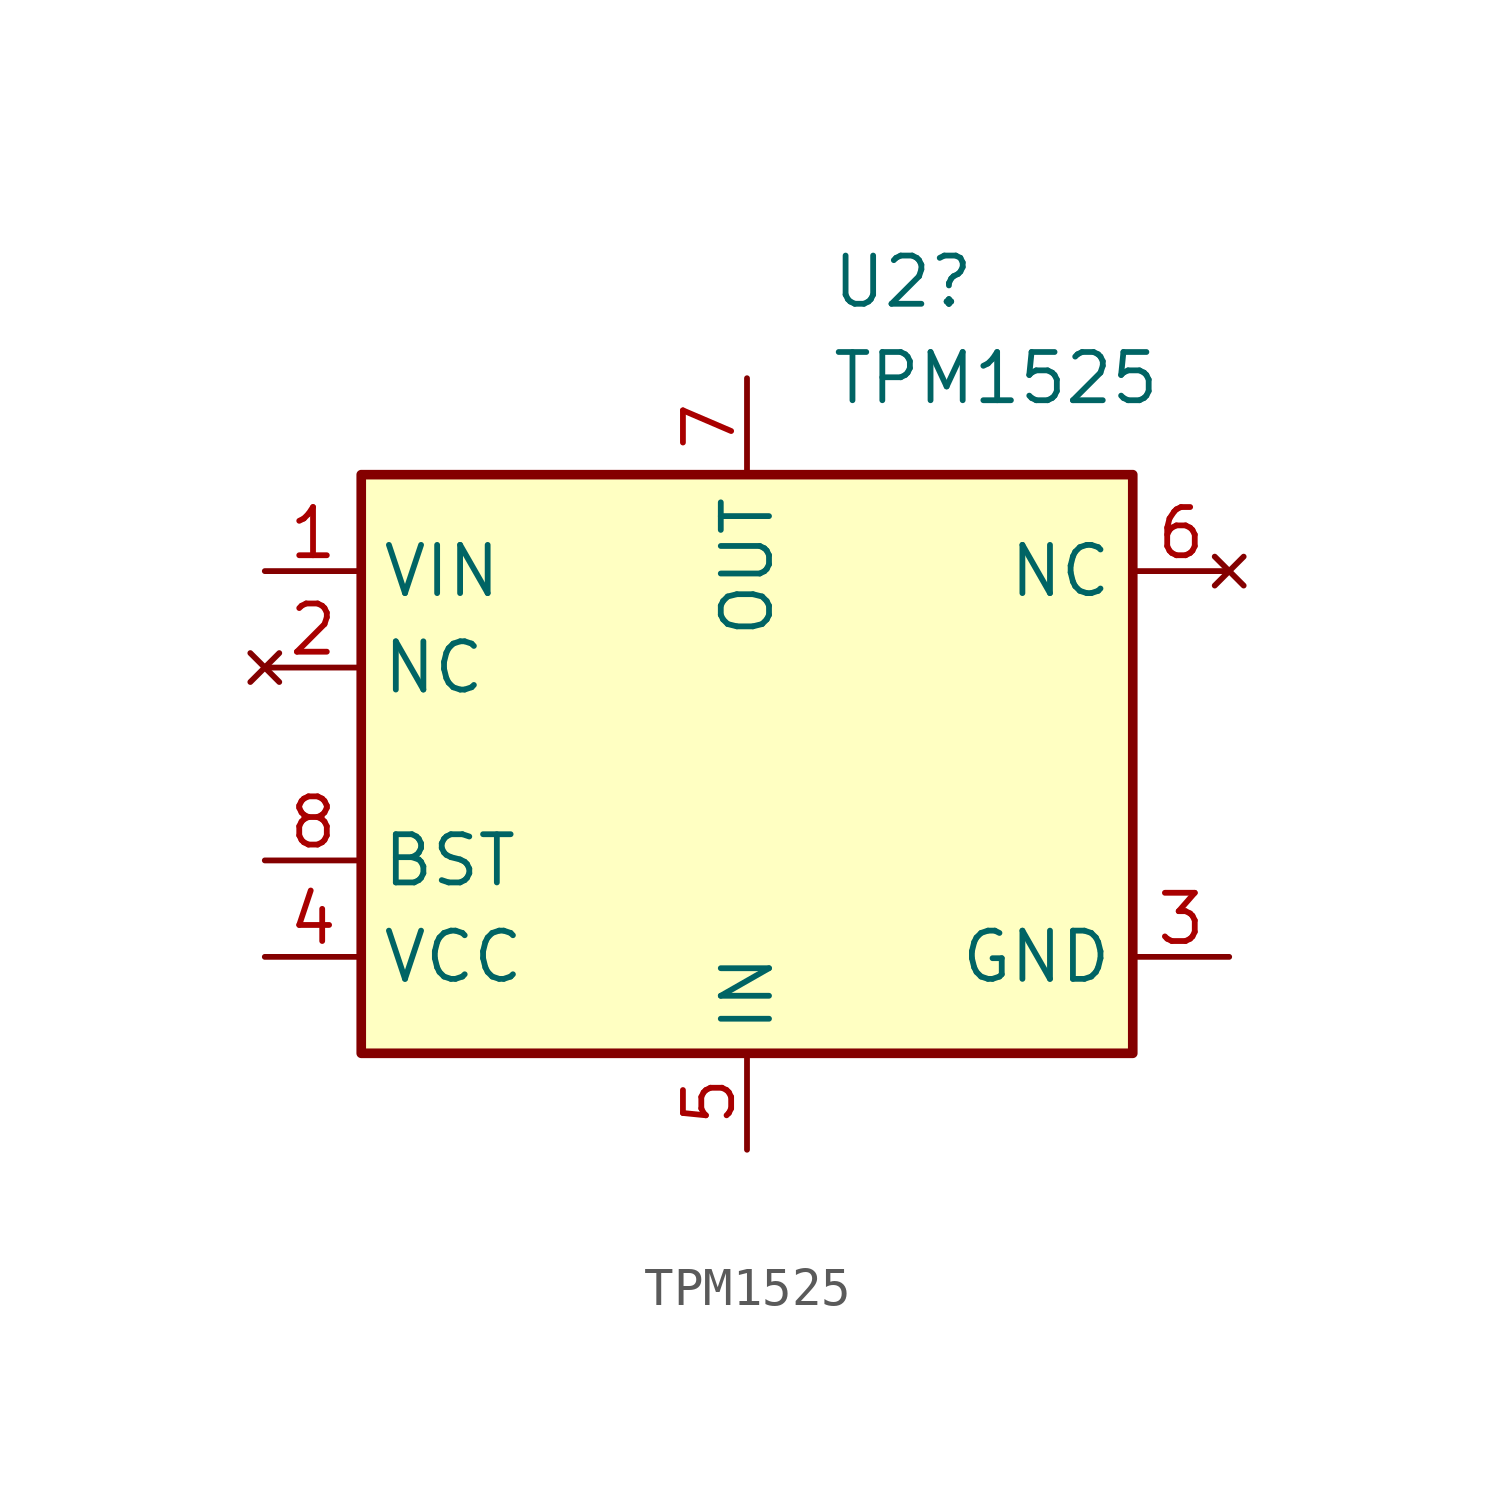
<source format=kicad_sym>
(kicad_symbol_lib
  (version 20231120)
  (generator "kicad_symbol_editor")
  (generator_version "8.0")
  (symbol "TPM1525"
    (property "Reference" "U2"
      (at 2.194 12.7 0)
      (effects (font (size 1.27 1.27)) (justify left)))
    (property "Value" "TPM1525"
      (at 2.194 10.16 0)
      (effects (font (size 1.27 1.27)) (justify left)))
    (symbol "TPM1525_0_1"
      (rectangle (start -10.16 7.62) (end 10.16 -7.62) (stroke (width 0.254) (type default)) (fill (type background))))
    (symbol "TPM1525_1_1"
      (pin input line (at -12.7 5.08 0) (length 2.54) (name "VIN" (effects (font (size 1.27 1.27)))) (number "1" (effects (font (size 1.27 1.27)))))
      (pin no_connect line (at -12.7 2.54 0) (length 2.54) (name "NC" (effects (font (size 1.27 1.27)))) (number "2" (effects (font (size 1.27 1.27)))))
      (pin bidirectional line (at 12.7 -5.08 180) (length 2.54) (name "GND" (effects (font (size 1.27 1.27)))) (number "3" (effects (font (size 1.27 1.27)))))
      (pin input line (at -12.7 -5.08 0) (length 2.54) (name "VCC" (effects (font (size 1.27 1.27)))) (number "4" (effects (font (size 1.27 1.27)))))
      (pin input line (at 0 -10.16 90) (length 2.54) (name "IN" (effects (font (size 1.27 1.27)))) (number "5" (effects (font (size 1.27 1.27)))))
      (pin no_connect line (at 12.7 5.08 180) (length 2.54) (name "NC" (effects (font (size 1.27 1.27)))) (number "6" (effects (font (size 1.27 1.27)))))
      (pin output line (at 0 10.16 270) (length 2.54) (name "OUT" (effects (font (size 1.27 1.27)))) (number "7" (effects (font (size 1.27 1.27)))))
      (pin input line (at -12.7 -2.54 0) (length 2.54) (name "BST" (effects (font (size 1.27 1.27)))) (number "8" (effects (font (size 1.27 1.27))))))))
</source>
